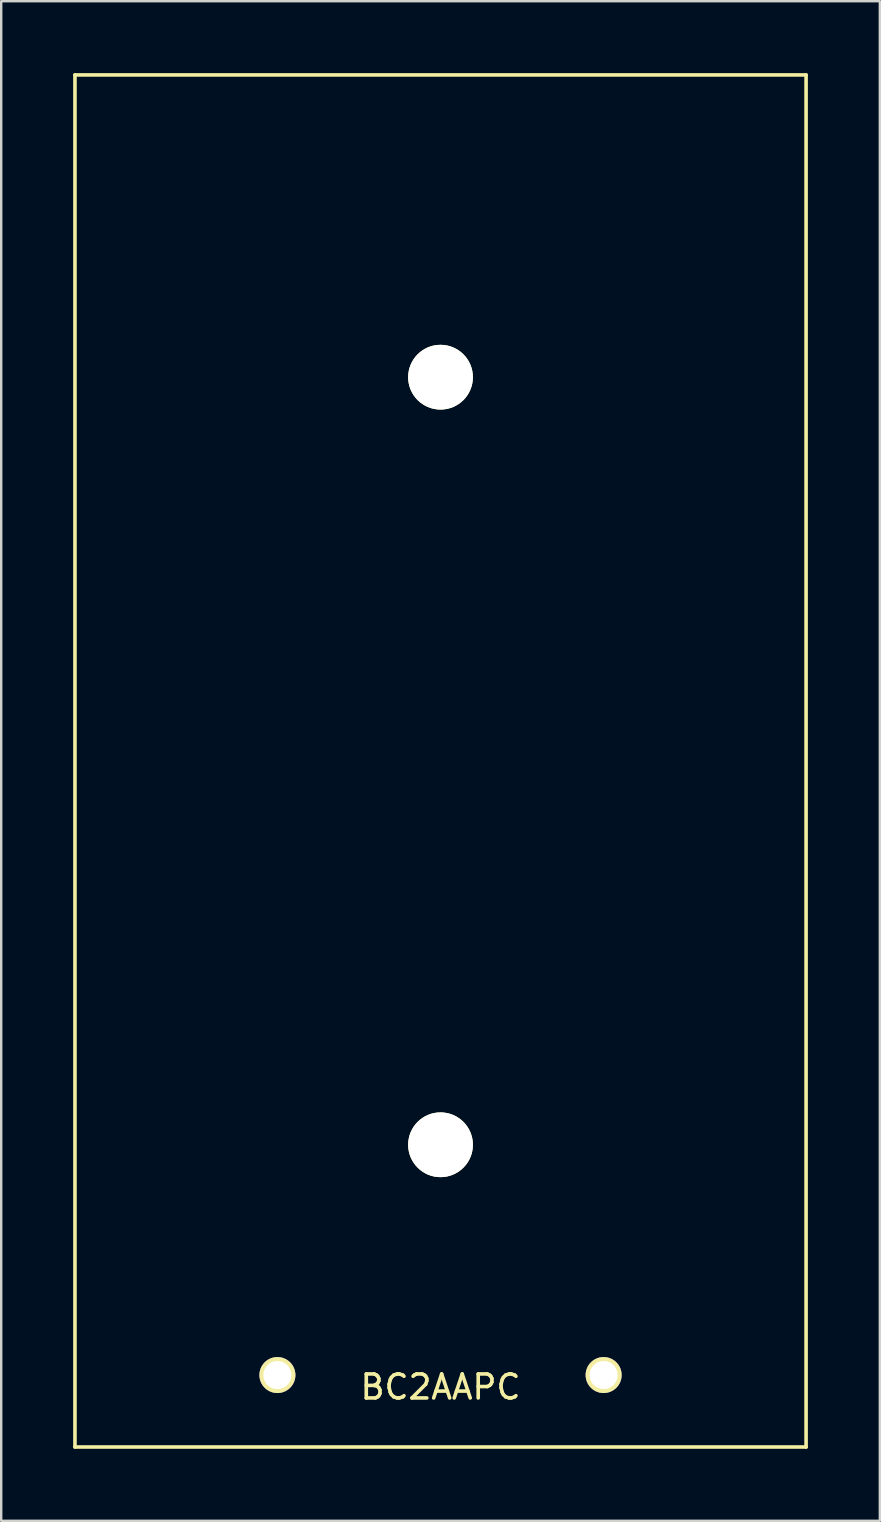
<source format=kicad_pcb>
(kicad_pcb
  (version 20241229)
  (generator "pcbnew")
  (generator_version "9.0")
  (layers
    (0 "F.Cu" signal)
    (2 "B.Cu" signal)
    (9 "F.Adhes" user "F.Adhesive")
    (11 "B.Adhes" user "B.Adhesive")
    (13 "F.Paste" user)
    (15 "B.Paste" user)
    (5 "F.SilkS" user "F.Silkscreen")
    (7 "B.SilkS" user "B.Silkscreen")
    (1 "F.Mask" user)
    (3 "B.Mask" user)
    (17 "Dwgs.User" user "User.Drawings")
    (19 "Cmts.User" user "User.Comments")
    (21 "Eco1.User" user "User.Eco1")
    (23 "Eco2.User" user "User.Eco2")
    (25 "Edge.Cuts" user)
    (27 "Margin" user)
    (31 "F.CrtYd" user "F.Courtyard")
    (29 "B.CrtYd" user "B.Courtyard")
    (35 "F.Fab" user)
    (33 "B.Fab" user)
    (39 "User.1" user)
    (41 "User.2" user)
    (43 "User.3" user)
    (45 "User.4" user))
  (footprint "BC2AAPC"
    (layer "F.Cu")
    (at 15.315 54.275)
    (property "Reference" "BC2AAPC" (at 0 0.5 0) (layer "F.SilkS") (effects (font (size 1 1) (thickness 0.15))))
    (attr through_hole)
    (fp_line (start -15.24 -54.2) (end -15.24 3) (stroke (width 0.15) (type solid)) (layer "F.SilkS"))
    (fp_line (start -15.24 -54.2) (end 15.24 -54.2) (stroke (width 0.15) (type solid)) (layer "F.SilkS"))
    (fp_line (start -15.24 3) (end 15.24 3) (stroke (width 0.15) (type solid)) (layer "F.SilkS"))
    (fp_line (start 15.24 -54.2) (end 15.24 3) (stroke (width 0.15) (type solid)) (layer "F.SilkS"))
    (pad "" np_thru_hole circle (at 0 -41.6) (size 2.7 2.7) (drill 2.7) (layers "*.Cu" "*.Mask" "F.SilkS"))
    (pad "" np_thru_hole circle (at 0 -9.6) (size 2.7 2.7) (drill 2.7) (layers "*.Cu" "*.Mask" "F.SilkS"))
    (pad "1" thru_hole circle (at -6.8 0) (size 1.5 1.5) (drill 1.17) (layers "*.Cu" "*.Mask" "F.SilkS"))
    (pad "2" thru_hole circle (at 6.8 0) (size 1.5 1.5) (drill 1.17) (layers "*.Cu" "*.Mask" "F.SilkS")))
  (gr_rect
    (start -3 -3)
    (end 33.63 60.35)
    (stroke (width 0.1) (type default))
    (fill no)
    (layer "Edge.Cuts")))
</source>
